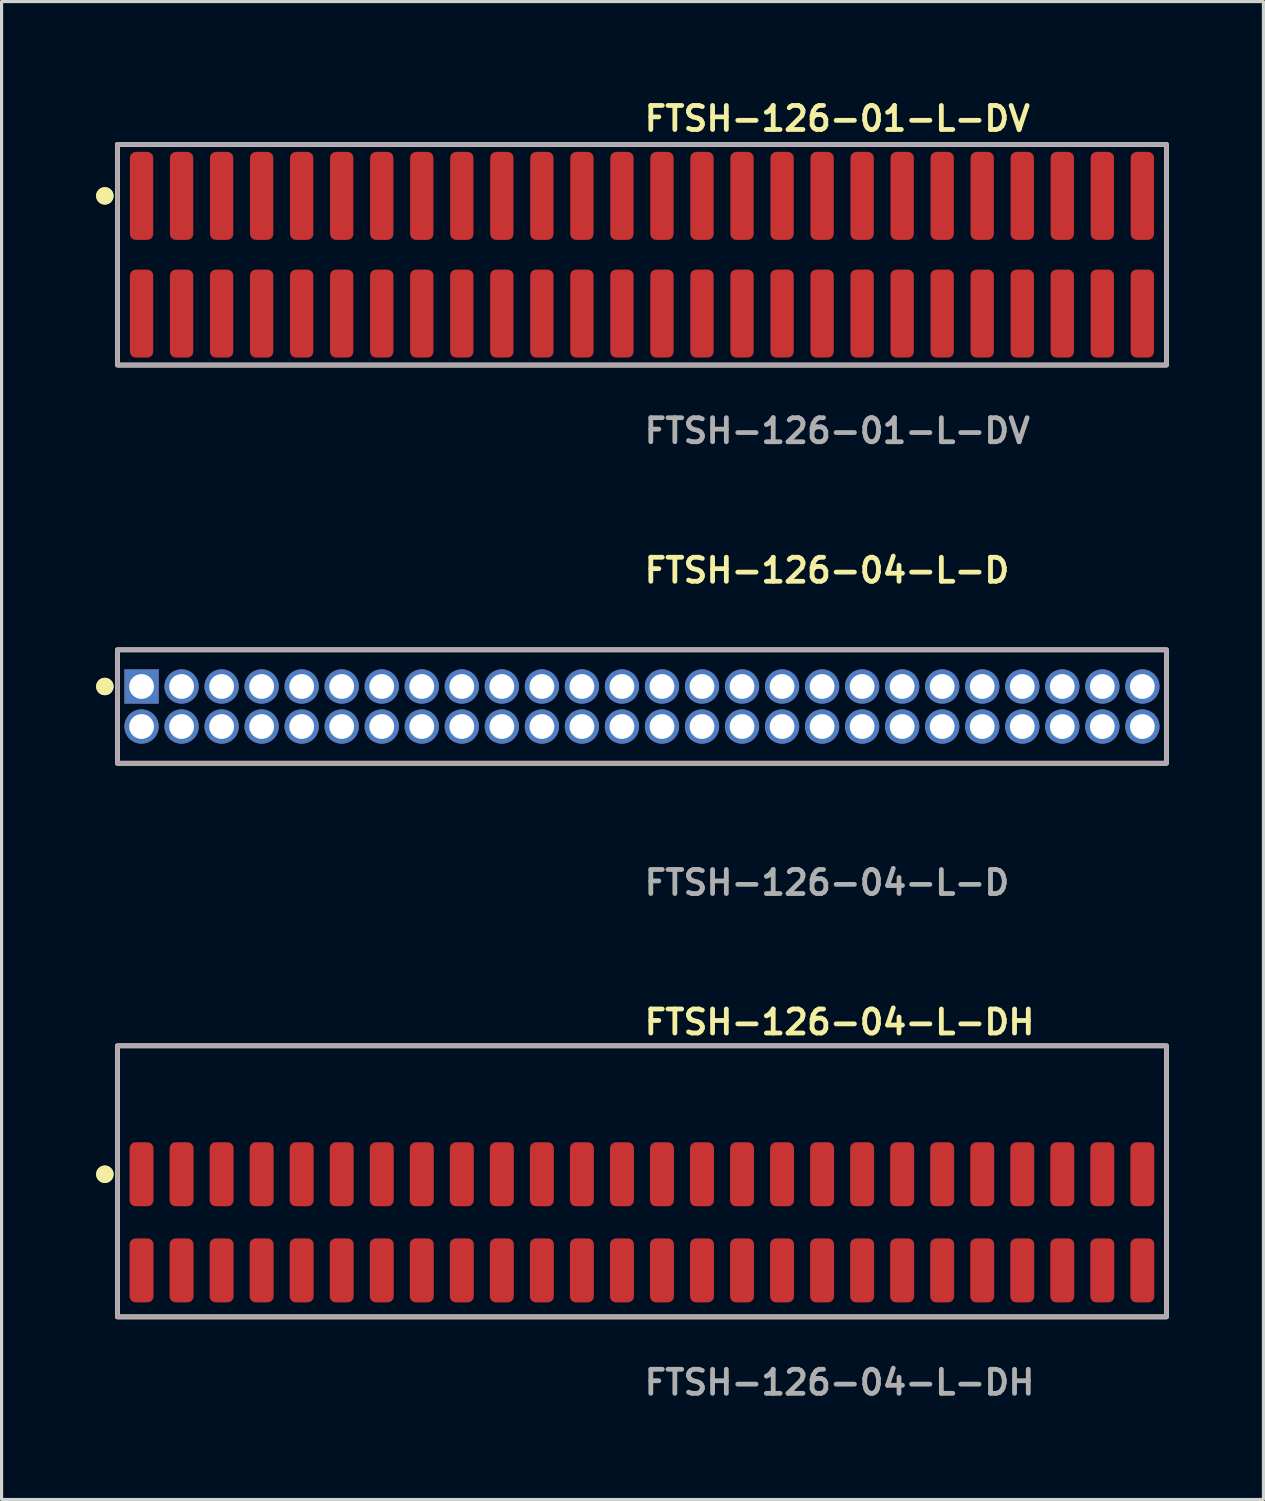
<source format=kicad_pcb>
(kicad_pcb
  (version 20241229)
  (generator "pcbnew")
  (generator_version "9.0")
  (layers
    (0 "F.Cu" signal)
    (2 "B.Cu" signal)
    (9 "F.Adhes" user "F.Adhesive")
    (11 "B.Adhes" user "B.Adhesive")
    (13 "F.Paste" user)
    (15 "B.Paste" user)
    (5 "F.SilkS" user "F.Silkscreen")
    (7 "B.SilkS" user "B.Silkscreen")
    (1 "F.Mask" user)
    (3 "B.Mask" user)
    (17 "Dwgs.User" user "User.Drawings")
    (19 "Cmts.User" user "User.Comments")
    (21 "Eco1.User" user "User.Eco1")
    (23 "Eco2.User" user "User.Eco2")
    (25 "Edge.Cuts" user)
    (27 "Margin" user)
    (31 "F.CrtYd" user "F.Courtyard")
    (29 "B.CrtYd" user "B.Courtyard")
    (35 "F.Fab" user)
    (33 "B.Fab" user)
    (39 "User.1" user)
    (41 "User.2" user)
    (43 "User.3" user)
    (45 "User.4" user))
  (footprint "FTSH-126-01-L-DV"
    (layer "F.Cu")
    (at 17.316 5.031)
    (property "Reference" "FTSH-126-01-L-DV" (at 0 -4.318 0) (unlocked yes) (layer "F.SilkS") (effects (font (size 0.762 0.762) (thickness 0.152)) (justify left)))
    (fp_rect (start -16.64 3.5) (end 16.64 -3.5) (stroke (width 0.152) (type solid)) (fill no) (layer "F.SilkS"))
    (fp_circle (center -17.04 -1.867) (end -17.24 -1.867) (stroke (width 0.152) (type solid)) (fill yes) (layer "F.SilkS"))
    (fp_circle (center -17.04 -1.867) (end -17.24 -1.867) (stroke (width 0.152) (type solid)) (fill yes) (layer "F.SilkS"))
    (fp_rect (start -16.64 3.5) (end 16.64 -3.5) (stroke (width 0.006) (type solid)) (fill no) (layer "F.CrtYd"))
    (fp_rect (start -16.64 3.5) (end 16.64 -3.5) (stroke (width 0.152) (type solid)) (fill no) (layer "F.Fab"))
    (fp_text user "${REFERENCE}" (at 0 5.588 0) (unlocked yes) (layer "F.Fab") (effects (font (size 0.762 0.762) (thickness 0.152)) (justify left)))
    (pad "1" smd roundrect (at -15.875 -1.867) (size 0.74 2.79) (layers "F.Cu" "F.Paste") (roundrect_rratio 0.25))
    (pad "2" smd roundrect (at -15.875 1.867) (size 0.74 2.79) (layers "F.Cu" "F.Paste") (roundrect_rratio 0.25))
    (pad "3" smd roundrect (at -14.605 -1.867) (size 0.74 2.79) (layers "F.Cu" "F.Paste") (roundrect_rratio 0.25))
    (pad "4" smd roundrect (at -14.605 1.867) (size 0.74 2.79) (layers "F.Cu" "F.Paste") (roundrect_rratio 0.25))
    (pad "5" smd roundrect (at -13.335 -1.867) (size 0.74 2.79) (layers "F.Cu" "F.Paste") (roundrect_rratio 0.25))
    (pad "6" smd roundrect (at -13.335 1.867) (size 0.74 2.79) (layers "F.Cu" "F.Paste") (roundrect_rratio 0.25))
    (pad "7" smd roundrect (at -12.065 -1.867) (size 0.74 2.79) (layers "F.Cu" "F.Paste") (roundrect_rratio 0.25))
    (pad "8" smd roundrect (at -12.065 1.867) (size 0.74 2.79) (layers "F.Cu" "F.Paste") (roundrect_rratio 0.25))
    (pad "9" smd roundrect (at -10.795 -1.867) (size 0.74 2.79) (layers "F.Cu" "F.Paste") (roundrect_rratio 0.25))
    (pad "10" smd roundrect (at -10.795 1.867) (size 0.74 2.79) (layers "F.Cu" "F.Paste") (roundrect_rratio 0.25))
    (pad "11" smd roundrect (at -9.525 -1.867) (size 0.74 2.79) (layers "F.Cu" "F.Paste") (roundrect_rratio 0.25))
    (pad "12" smd roundrect (at -9.525 1.867) (size 0.74 2.79) (layers "F.Cu" "F.Paste") (roundrect_rratio 0.25))
    (pad "13" smd roundrect (at -8.255 -1.867) (size 0.74 2.79) (layers "F.Cu" "F.Paste") (roundrect_rratio 0.25))
    (pad "14" smd roundrect (at -8.255 1.867) (size 0.74 2.79) (layers "F.Cu" "F.Paste") (roundrect_rratio 0.25))
    (pad "15" smd roundrect (at -6.985 -1.867) (size 0.74 2.79) (layers "F.Cu" "F.Paste") (roundrect_rratio 0.25))
    (pad "16" smd roundrect (at -6.985 1.867) (size 0.74 2.79) (layers "F.Cu" "F.Paste") (roundrect_rratio 0.25))
    (pad "17" smd roundrect (at -5.715 -1.867) (size 0.74 2.79) (layers "F.Cu" "F.Paste") (roundrect_rratio 0.25))
    (pad "18" smd roundrect (at -5.715 1.867) (size 0.74 2.79) (layers "F.Cu" "F.Paste") (roundrect_rratio 0.25))
    (pad "19" smd roundrect (at -4.445 -1.867) (size 0.74 2.79) (layers "F.Cu" "F.Paste") (roundrect_rratio 0.25))
    (pad "20" smd roundrect (at -4.445 1.867) (size 0.74 2.79) (layers "F.Cu" "F.Paste") (roundrect_rratio 0.25))
    (pad "21" smd roundrect (at -3.175 -1.867) (size 0.74 2.79) (layers "F.Cu" "F.Paste") (roundrect_rratio 0.25))
    (pad "22" smd roundrect (at -3.175 1.867) (size 0.74 2.79) (layers "F.Cu" "F.Paste") (roundrect_rratio 0.25))
    (pad "23" smd roundrect (at -1.905 -1.867) (size 0.74 2.79) (layers "F.Cu" "F.Paste") (roundrect_rratio 0.25))
    (pad "24" smd roundrect (at -1.905 1.867) (size 0.74 2.79) (layers "F.Cu" "F.Paste") (roundrect_rratio 0.25))
    (pad "25" smd roundrect (at -0.635 -1.867) (size 0.74 2.79) (layers "F.Cu" "F.Paste") (roundrect_rratio 0.25))
    (pad "26" smd roundrect (at -0.635 1.867) (size 0.74 2.79) (layers "F.Cu" "F.Paste") (roundrect_rratio 0.25))
    (pad "27" smd roundrect (at 0.635 -1.867) (size 0.74 2.79) (layers "F.Cu" "F.Paste") (roundrect_rratio 0.25))
    (pad "28" smd roundrect (at 0.635 1.867) (size 0.74 2.79) (layers "F.Cu" "F.Paste") (roundrect_rratio 0.25))
    (pad "29" smd roundrect (at 1.905 -1.867) (size 0.74 2.79) (layers "F.Cu" "F.Paste") (roundrect_rratio 0.25))
    (pad "30" smd roundrect (at 1.905 1.867) (size 0.74 2.79) (layers "F.Cu" "F.Paste") (roundrect_rratio 0.25))
    (pad "31" smd roundrect (at 3.175 -1.867) (size 0.74 2.79) (layers "F.Cu" "F.Paste") (roundrect_rratio 0.25))
    (pad "32" smd roundrect (at 3.175 1.867) (size 0.74 2.79) (layers "F.Cu" "F.Paste") (roundrect_rratio 0.25))
    (pad "33" smd roundrect (at 4.445 -1.867) (size 0.74 2.79) (layers "F.Cu" "F.Paste") (roundrect_rratio 0.25))
    (pad "34" smd roundrect (at 4.445 1.867) (size 0.74 2.79) (layers "F.Cu" "F.Paste") (roundrect_rratio 0.25))
    (pad "35" smd roundrect (at 5.715 -1.867) (size 0.74 2.79) (layers "F.Cu" "F.Paste") (roundrect_rratio 0.25))
    (pad "36" smd roundrect (at 5.715 1.867) (size 0.74 2.79) (layers "F.Cu" "F.Paste") (roundrect_rratio 0.25))
    (pad "37" smd roundrect (at 6.985 -1.867) (size 0.74 2.79) (layers "F.Cu" "F.Paste") (roundrect_rratio 0.25))
    (pad "38" smd roundrect (at 6.985 1.867) (size 0.74 2.79) (layers "F.Cu" "F.Paste") (roundrect_rratio 0.25))
    (pad "39" smd roundrect (at 8.255 -1.867) (size 0.74 2.79) (layers "F.Cu" "F.Paste") (roundrect_rratio 0.25))
    (pad "40" smd roundrect (at 8.255 1.867) (size 0.74 2.79) (layers "F.Cu" "F.Paste") (roundrect_rratio 0.25))
    (pad "41" smd roundrect (at 9.525 -1.867) (size 0.74 2.79) (layers "F.Cu" "F.Paste") (roundrect_rratio 0.25))
    (pad "42" smd roundrect (at 9.525 1.867) (size 0.74 2.79) (layers "F.Cu" "F.Paste") (roundrect_rratio 0.25))
    (pad "43" smd roundrect (at 10.795 -1.867) (size 0.74 2.79) (layers "F.Cu" "F.Paste") (roundrect_rratio 0.25))
    (pad "44" smd roundrect (at 10.795 1.867) (size 0.74 2.79) (layers "F.Cu" "F.Paste") (roundrect_rratio 0.25))
    (pad "45" smd roundrect (at 12.065 -1.867) (size 0.74 2.79) (layers "F.Cu" "F.Paste") (roundrect_rratio 0.25))
    (pad "46" smd roundrect (at 12.065 1.867) (size 0.74 2.79) (layers "F.Cu" "F.Paste") (roundrect_rratio 0.25))
    (pad "47" smd roundrect (at 13.335 -1.867) (size 0.74 2.79) (layers "F.Cu" "F.Paste") (roundrect_rratio 0.25))
    (pad "48" smd roundrect (at 13.335 1.867) (size 0.74 2.79) (layers "F.Cu" "F.Paste") (roundrect_rratio 0.25))
    (pad "49" smd roundrect (at 14.605 -1.867) (size 0.74 2.79) (layers "F.Cu" "F.Paste") (roundrect_rratio 0.25))
    (pad "50" smd roundrect (at 14.605 1.867) (size 0.74 2.79) (layers "F.Cu" "F.Paste") (roundrect_rratio 0.25))
    (pad "51" smd roundrect (at 15.875 -1.867) (size 0.74 2.79) (layers "F.Cu" "F.Paste") (roundrect_rratio 0.25))
    (pad "52" smd roundrect (at 15.875 1.867) (size 0.74 2.79) (layers "F.Cu" "F.Paste") (roundrect_rratio 0.25)))
  (footprint "FTSH-126-04-L-D"
    (layer "F.Cu")
    (at 17.316 19.364)
    (property "Reference" "FTSH-126-04-L-D" (at 0 -4.318 0) (unlocked yes) (layer "F.SilkS") (effects (font (size 0.762 0.762) (thickness 0.152)) (justify left)))
    (fp_rect (start -16.64 1.8) (end 16.64 -1.8) (stroke (width 0.152) (type solid)) (fill no) (layer "F.SilkS"))
    (fp_circle (center -17.04 -0.635) (end -17.24 -0.635) (stroke (width 0.152) (type solid)) (fill yes) (layer "F.SilkS"))
    (fp_circle (center -17.04 -0.635) (end -17.24 -0.635) (stroke (width 0.152) (type solid)) (fill yes) (layer "F.SilkS"))
    (fp_rect (start -16.64 1.8) (end 16.64 -1.8) (stroke (width 0.006) (type solid)) (fill no) (layer "F.CrtYd"))
    (fp_rect (start -16.64 1.8) (end 16.64 -1.8) (stroke (width 0.152) (type solid)) (fill no) (layer "F.Fab"))
    (fp_text user "${REFERENCE}" (at 0 5.588 0) (unlocked yes) (layer "F.Fab") (effects (font (size 0.762 0.762) (thickness 0.152)) (justify left)))
    (pad "1" thru_hole rect (at -15.875 -0.635) (size 1.087 1.087) (drill 0.787) (layers "*.Cu" "*.Mask"))
    (pad "2" thru_hole circle (at -15.875 0.635) (size 1.087 1.087) (drill 0.787) (layers "*.Cu" "*.Mask"))
    (pad "3" thru_hole circle (at -14.605 -0.635) (size 1.087 1.087) (drill 0.787) (layers "*.Cu" "*.Mask"))
    (pad "4" thru_hole circle (at -14.605 0.635) (size 1.087 1.087) (drill 0.787) (layers "*.Cu" "*.Mask"))
    (pad "5" thru_hole circle (at -13.335 -0.635) (size 1.087 1.087) (drill 0.787) (layers "*.Cu" "*.Mask"))
    (pad "6" thru_hole circle (at -13.335 0.635) (size 1.087 1.087) (drill 0.787) (layers "*.Cu" "*.Mask"))
    (pad "7" thru_hole circle (at -12.065 -0.635) (size 1.087 1.087) (drill 0.787) (layers "*.Cu" "*.Mask"))
    (pad "8" thru_hole circle (at -12.065 0.635) (size 1.087 1.087) (drill 0.787) (layers "*.Cu" "*.Mask"))
    (pad "9" thru_hole circle (at -10.795 -0.635) (size 1.087 1.087) (drill 0.787) (layers "*.Cu" "*.Mask"))
    (pad "10" thru_hole circle (at -10.795 0.635) (size 1.087 1.087) (drill 0.787) (layers "*.Cu" "*.Mask"))
    (pad "11" thru_hole circle (at -9.525 -0.635) (size 1.087 1.087) (drill 0.787) (layers "*.Cu" "*.Mask"))
    (pad "12" thru_hole circle (at -9.525 0.635) (size 1.087 1.087) (drill 0.787) (layers "*.Cu" "*.Mask"))
    (pad "13" thru_hole circle (at -8.255 -0.635) (size 1.087 1.087) (drill 0.787) (layers "*.Cu" "*.Mask"))
    (pad "14" thru_hole circle (at -8.255 0.635) (size 1.087 1.087) (drill 0.787) (layers "*.Cu" "*.Mask"))
    (pad "15" thru_hole circle (at -6.985 -0.635) (size 1.087 1.087) (drill 0.787) (layers "*.Cu" "*.Mask"))
    (pad "16" thru_hole circle (at -6.985 0.635) (size 1.087 1.087) (drill 0.787) (layers "*.Cu" "*.Mask"))
    (pad "17" thru_hole circle (at -5.715 -0.635) (size 1.087 1.087) (drill 0.787) (layers "*.Cu" "*.Mask"))
    (pad "18" thru_hole circle (at -5.715 0.635) (size 1.087 1.087) (drill 0.787) (layers "*.Cu" "*.Mask"))
    (pad "19" thru_hole circle (at -4.445 -0.635) (size 1.087 1.087) (drill 0.787) (layers "*.Cu" "*.Mask"))
    (pad "20" thru_hole circle (at -4.445 0.635) (size 1.087 1.087) (drill 0.787) (layers "*.Cu" "*.Mask"))
    (pad "21" thru_hole circle (at -3.175 -0.635) (size 1.087 1.087) (drill 0.787) (layers "*.Cu" "*.Mask"))
    (pad "22" thru_hole circle (at -3.175 0.635) (size 1.087 1.087) (drill 0.787) (layers "*.Cu" "*.Mask"))
    (pad "23" thru_hole circle (at -1.905 -0.635) (size 1.087 1.087) (drill 0.787) (layers "*.Cu" "*.Mask"))
    (pad "24" thru_hole circle (at -1.905 0.635) (size 1.087 1.087) (drill 0.787) (layers "*.Cu" "*.Mask"))
    (pad "25" thru_hole circle (at -0.635 -0.635) (size 1.087 1.087) (drill 0.787) (layers "*.Cu" "*.Mask"))
    (pad "26" thru_hole circle (at -0.635 0.635) (size 1.087 1.087) (drill 0.787) (layers "*.Cu" "*.Mask"))
    (pad "27" thru_hole circle (at 0.635 -0.635) (size 1.087 1.087) (drill 0.787) (layers "*.Cu" "*.Mask"))
    (pad "28" thru_hole circle (at 0.635 0.635) (size 1.087 1.087) (drill 0.787) (layers "*.Cu" "*.Mask"))
    (pad "29" thru_hole circle (at 1.905 -0.635) (size 1.087 1.087) (drill 0.787) (layers "*.Cu" "*.Mask"))
    (pad "30" thru_hole circle (at 1.905 0.635) (size 1.087 1.087) (drill 0.787) (layers "*.Cu" "*.Mask"))
    (pad "31" thru_hole circle (at 3.175 -0.635) (size 1.087 1.087) (drill 0.787) (layers "*.Cu" "*.Mask"))
    (pad "32" thru_hole circle (at 3.175 0.635) (size 1.087 1.087) (drill 0.787) (layers "*.Cu" "*.Mask"))
    (pad "33" thru_hole circle (at 4.445 -0.635) (size 1.087 1.087) (drill 0.787) (layers "*.Cu" "*.Mask"))
    (pad "34" thru_hole circle (at 4.445 0.635) (size 1.087 1.087) (drill 0.787) (layers "*.Cu" "*.Mask"))
    (pad "35" thru_hole circle (at 5.715 -0.635) (size 1.087 1.087) (drill 0.787) (layers "*.Cu" "*.Mask"))
    (pad "36" thru_hole circle (at 5.715 0.635) (size 1.087 1.087) (drill 0.787) (layers "*.Cu" "*.Mask"))
    (pad "37" thru_hole circle (at 6.985 -0.635) (size 1.087 1.087) (drill 0.787) (layers "*.Cu" "*.Mask"))
    (pad "38" thru_hole circle (at 6.985 0.635) (size 1.087 1.087) (drill 0.787) (layers "*.Cu" "*.Mask"))
    (pad "39" thru_hole circle (at 8.255 -0.635) (size 1.087 1.087) (drill 0.787) (layers "*.Cu" "*.Mask"))
    (pad "40" thru_hole circle (at 8.255 0.635) (size 1.087 1.087) (drill 0.787) (layers "*.Cu" "*.Mask"))
    (pad "41" thru_hole circle (at 9.525 -0.635) (size 1.087 1.087) (drill 0.787) (layers "*.Cu" "*.Mask"))
    (pad "42" thru_hole circle (at 9.525 0.635) (size 1.087 1.087) (drill 0.787) (layers "*.Cu" "*.Mask"))
    (pad "43" thru_hole circle (at 10.795 -0.635) (size 1.087 1.087) (drill 0.787) (layers "*.Cu" "*.Mask"))
    (pad "44" thru_hole circle (at 10.795 0.635) (size 1.087 1.087) (drill 0.787) (layers "*.Cu" "*.Mask"))
    (pad "45" thru_hole circle (at 12.065 -0.635) (size 1.087 1.087) (drill 0.787) (layers "*.Cu" "*.Mask"))
    (pad "46" thru_hole circle (at 12.065 0.635) (size 1.087 1.087) (drill 0.787) (layers "*.Cu" "*.Mask"))
    (pad "47" thru_hole circle (at 13.335 -0.635) (size 1.087 1.087) (drill 0.787) (layers "*.Cu" "*.Mask"))
    (pad "48" thru_hole circle (at 13.335 0.635) (size 1.087 1.087) (drill 0.787) (layers "*.Cu" "*.Mask"))
    (pad "49" thru_hole circle (at 14.605 -0.635) (size 1.087 1.087) (drill 0.787) (layers "*.Cu" "*.Mask"))
    (pad "50" thru_hole circle (at 14.605 0.635) (size 1.087 1.087) (drill 0.787) (layers "*.Cu" "*.Mask"))
    (pad "51" thru_hole circle (at 15.875 -0.635) (size 1.087 1.087) (drill 0.787) (layers "*.Cu" "*.Mask"))
    (pad "52" thru_hole circle (at 15.875 0.635) (size 1.087 1.087) (drill 0.787) (layers "*.Cu" "*.Mask")))
  (footprint "FTSH-126-04-L-DH"
    (layer "F.Cu")
    (at 17.316 35.728)
    (property "Reference" "FTSH-126-04-L-DH" (at 0 -6.35 0) (unlocked yes) (layer "F.SilkS") (effects (font (size 0.762 0.762) (thickness 0.152)) (justify left)))
    (fp_rect (start -16.64 3) (end 16.64 -5.6) (stroke (width 0.152) (type solid)) (fill no) (layer "F.SilkS"))
    (fp_circle (center -17.04 -1.525) (end -17.24 -1.525) (stroke (width 0.152) (type solid)) (fill yes) (layer "F.SilkS"))
    (fp_circle (center -17.04 -1.525) (end -17.24 -1.525) (stroke (width 0.152) (type solid)) (fill yes) (layer "F.SilkS"))
    (fp_rect (start -16.64 3) (end 16.64 -5.6) (stroke (width 0.006) (type solid)) (fill no) (layer "F.CrtYd"))
    (fp_rect (start -16.64 3) (end 16.64 -5.6) (stroke (width 0.152) (type solid)) (fill no) (layer "F.Fab"))
    (fp_text user "${REFERENCE}" (at 0 5.08 0) (unlocked yes) (layer "F.Fab") (effects (font (size 0.762 0.762) (thickness 0.152)) (justify left)))
    (pad "1" smd roundrect (at -15.875 -1.525) (size 0.76 2.03) (layers "F.Cu" "F.Paste") (roundrect_rratio 0.25))
    (pad "2" smd roundrect (at -15.875 1.525) (size 0.76 2.03) (layers "F.Cu" "F.Paste") (roundrect_rratio 0.25))
    (pad "3" smd roundrect (at -14.605 -1.525) (size 0.76 2.03) (layers "F.Cu" "F.Paste") (roundrect_rratio 0.25))
    (pad "4" smd roundrect (at -14.605 1.525) (size 0.76 2.03) (layers "F.Cu" "F.Paste") (roundrect_rratio 0.25))
    (pad "5" smd roundrect (at -13.335 -1.525) (size 0.76 2.03) (layers "F.Cu" "F.Paste") (roundrect_rratio 0.25))
    (pad "6" smd roundrect (at -13.335 1.525) (size 0.76 2.03) (layers "F.Cu" "F.Paste") (roundrect_rratio 0.25))
    (pad "7" smd roundrect (at -12.065 -1.525) (size 0.76 2.03) (layers "F.Cu" "F.Paste") (roundrect_rratio 0.25))
    (pad "8" smd roundrect (at -12.065 1.525) (size 0.76 2.03) (layers "F.Cu" "F.Paste") (roundrect_rratio 0.25))
    (pad "9" smd roundrect (at -10.795 -1.525) (size 0.76 2.03) (layers "F.Cu" "F.Paste") (roundrect_rratio 0.25))
    (pad "10" smd roundrect (at -10.795 1.525) (size 0.76 2.03) (layers "F.Cu" "F.Paste") (roundrect_rratio 0.25))
    (pad "11" smd roundrect (at -9.525 -1.525) (size 0.76 2.03) (layers "F.Cu" "F.Paste") (roundrect_rratio 0.25))
    (pad "12" smd roundrect (at -9.525 1.525) (size 0.76 2.03) (layers "F.Cu" "F.Paste") (roundrect_rratio 0.25))
    (pad "13" smd roundrect (at -8.255 -1.525) (size 0.76 2.03) (layers "F.Cu" "F.Paste") (roundrect_rratio 0.25))
    (pad "14" smd roundrect (at -8.255 1.525) (size 0.76 2.03) (layers "F.Cu" "F.Paste") (roundrect_rratio 0.25))
    (pad "15" smd roundrect (at -6.985 -1.525) (size 0.76 2.03) (layers "F.Cu" "F.Paste") (roundrect_rratio 0.25))
    (pad "16" smd roundrect (at -6.985 1.525) (size 0.76 2.03) (layers "F.Cu" "F.Paste") (roundrect_rratio 0.25))
    (pad "17" smd roundrect (at -5.715 -1.525) (size 0.76 2.03) (layers "F.Cu" "F.Paste") (roundrect_rratio 0.25))
    (pad "18" smd roundrect (at -5.715 1.525) (size 0.76 2.03) (layers "F.Cu" "F.Paste") (roundrect_rratio 0.25))
    (pad "19" smd roundrect (at -4.445 -1.525) (size 0.76 2.03) (layers "F.Cu" "F.Paste") (roundrect_rratio 0.25))
    (pad "20" smd roundrect (at -4.445 1.525) (size 0.76 2.03) (layers "F.Cu" "F.Paste") (roundrect_rratio 0.25))
    (pad "21" smd roundrect (at -3.175 -1.525) (size 0.76 2.03) (layers "F.Cu" "F.Paste") (roundrect_rratio 0.25))
    (pad "22" smd roundrect (at -3.175 1.525) (size 0.76 2.03) (layers "F.Cu" "F.Paste") (roundrect_rratio 0.25))
    (pad "23" smd roundrect (at -1.905 -1.525) (size 0.76 2.03) (layers "F.Cu" "F.Paste") (roundrect_rratio 0.25))
    (pad "24" smd roundrect (at -1.905 1.525) (size 0.76 2.03) (layers "F.Cu" "F.Paste") (roundrect_rratio 0.25))
    (pad "25" smd roundrect (at -0.635 -1.525) (size 0.76 2.03) (layers "F.Cu" "F.Paste") (roundrect_rratio 0.25))
    (pad "26" smd roundrect (at -0.635 1.525) (size 0.76 2.03) (layers "F.Cu" "F.Paste") (roundrect_rratio 0.25))
    (pad "27" smd roundrect (at 0.635 -1.525) (size 0.76 2.03) (layers "F.Cu" "F.Paste") (roundrect_rratio 0.25))
    (pad "28" smd roundrect (at 0.635 1.525) (size 0.76 2.03) (layers "F.Cu" "F.Paste") (roundrect_rratio 0.25))
    (pad "29" smd roundrect (at 1.905 -1.525) (size 0.76 2.03) (layers "F.Cu" "F.Paste") (roundrect_rratio 0.25))
    (pad "30" smd roundrect (at 1.905 1.525) (size 0.76 2.03) (layers "F.Cu" "F.Paste") (roundrect_rratio 0.25))
    (pad "31" smd roundrect (at 3.175 -1.525) (size 0.76 2.03) (layers "F.Cu" "F.Paste") (roundrect_rratio 0.25))
    (pad "32" smd roundrect (at 3.175 1.525) (size 0.76 2.03) (layers "F.Cu" "F.Paste") (roundrect_rratio 0.25))
    (pad "33" smd roundrect (at 4.445 -1.525) (size 0.76 2.03) (layers "F.Cu" "F.Paste") (roundrect_rratio 0.25))
    (pad "34" smd roundrect (at 4.445 1.525) (size 0.76 2.03) (layers "F.Cu" "F.Paste") (roundrect_rratio 0.25))
    (pad "35" smd roundrect (at 5.715 -1.525) (size 0.76 2.03) (layers "F.Cu" "F.Paste") (roundrect_rratio 0.25))
    (pad "36" smd roundrect (at 5.715 1.525) (size 0.76 2.03) (layers "F.Cu" "F.Paste") (roundrect_rratio 0.25))
    (pad "37" smd roundrect (at 6.985 -1.525) (size 0.76 2.03) (layers "F.Cu" "F.Paste") (roundrect_rratio 0.25))
    (pad "38" smd roundrect (at 6.985 1.525) (size 0.76 2.03) (layers "F.Cu" "F.Paste") (roundrect_rratio 0.25))
    (pad "39" smd roundrect (at 8.255 -1.525) (size 0.76 2.03) (layers "F.Cu" "F.Paste") (roundrect_rratio 0.25))
    (pad "40" smd roundrect (at 8.255 1.525) (size 0.76 2.03) (layers "F.Cu" "F.Paste") (roundrect_rratio 0.25))
    (pad "41" smd roundrect (at 9.525 -1.525) (size 0.76 2.03) (layers "F.Cu" "F.Paste") (roundrect_rratio 0.25))
    (pad "42" smd roundrect (at 9.525 1.525) (size 0.76 2.03) (layers "F.Cu" "F.Paste") (roundrect_rratio 0.25))
    (pad "43" smd roundrect (at 10.795 -1.525) (size 0.76 2.03) (layers "F.Cu" "F.Paste") (roundrect_rratio 0.25))
    (pad "44" smd roundrect (at 10.795 1.525) (size 0.76 2.03) (layers "F.Cu" "F.Paste") (roundrect_rratio 0.25))
    (pad "45" smd roundrect (at 12.065 -1.525) (size 0.76 2.03) (layers "F.Cu" "F.Paste") (roundrect_rratio 0.25))
    (pad "46" smd roundrect (at 12.065 1.525) (size 0.76 2.03) (layers "F.Cu" "F.Paste") (roundrect_rratio 0.25))
    (pad "47" smd roundrect (at 13.335 -1.525) (size 0.76 2.03) (layers "F.Cu" "F.Paste") (roundrect_rratio 0.25))
    (pad "48" smd roundrect (at 13.335 1.525) (size 0.76 2.03) (layers "F.Cu" "F.Paste") (roundrect_rratio 0.25))
    (pad "49" smd roundrect (at 14.605 -1.525) (size 0.76 2.03) (layers "F.Cu" "F.Paste") (roundrect_rratio 0.25))
    (pad "50" smd roundrect (at 14.605 1.525) (size 0.76 2.03) (layers "F.Cu" "F.Paste") (roundrect_rratio 0.25))
    (pad "51" smd roundrect (at 15.875 -1.525) (size 0.76 2.03) (layers "F.Cu" "F.Paste") (roundrect_rratio 0.25))
    (pad "52" smd roundrect (at 15.875 1.525) (size 0.76 2.03) (layers "F.Cu" "F.Paste") (roundrect_rratio 0.25)))
  (gr_rect
    (start -3 -3)
    (end 37.032 44.521)
    (stroke (width 0.1) (type default))
    (fill no)
    (layer "Edge.Cuts")))
</source>
